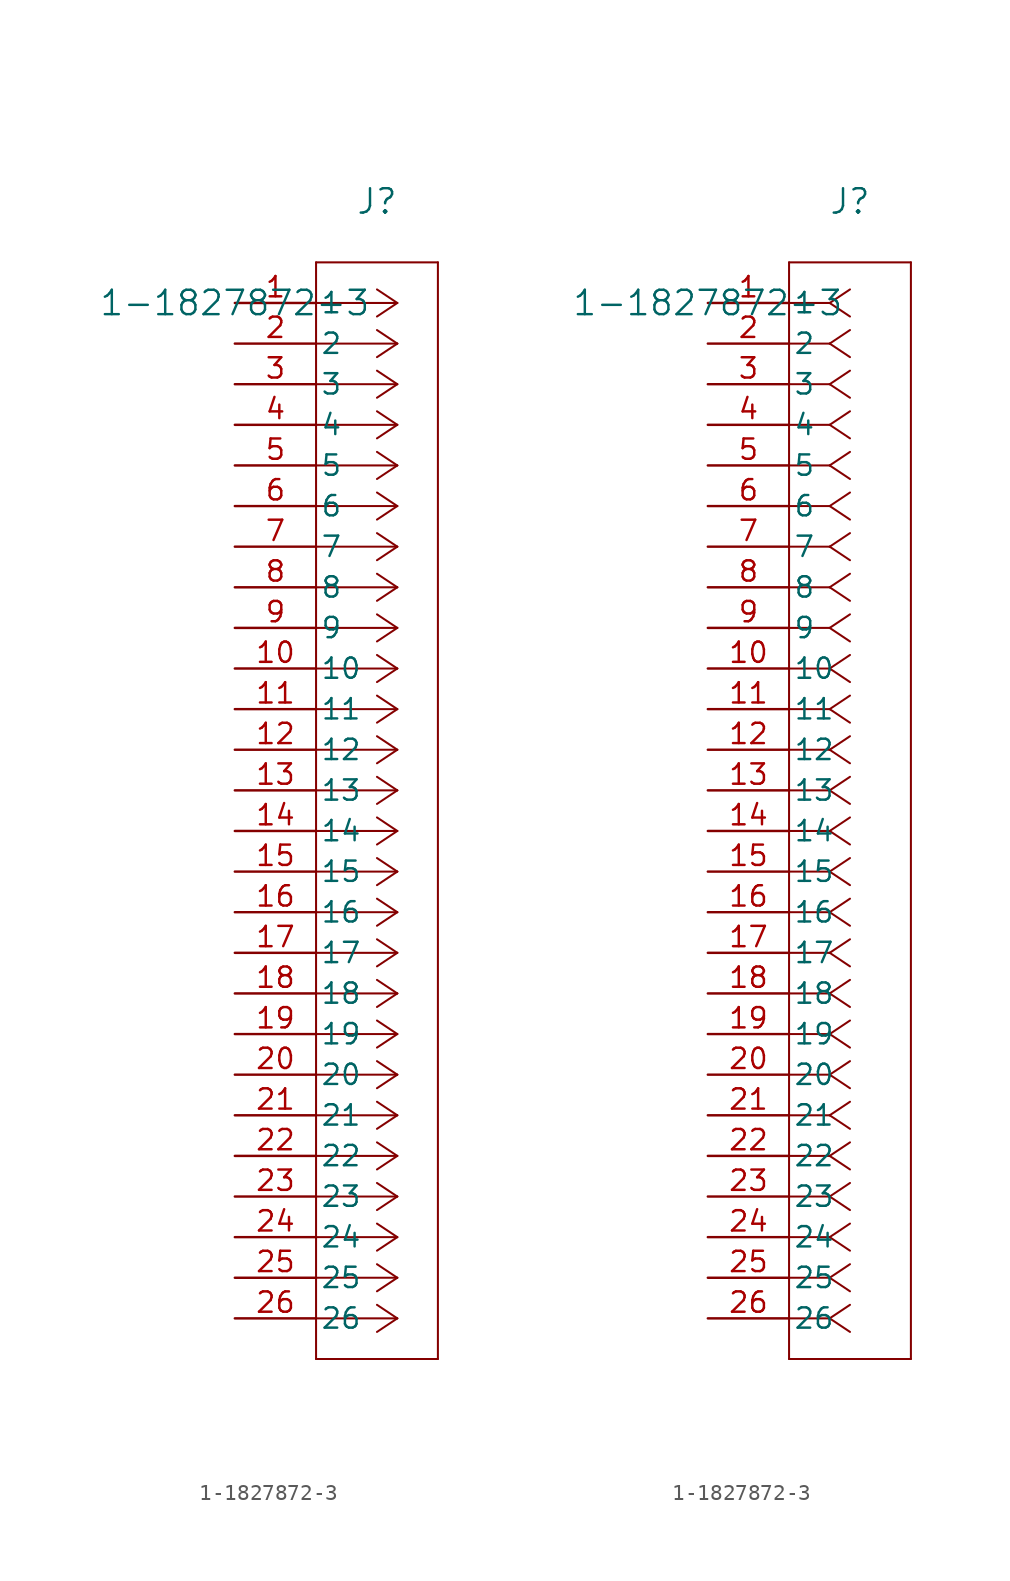
<source format=kicad_sym>
(kicad_symbol_lib
  (version 20211014)
  (generator kicad_symbol_editor)
  (symbol "1-1827872-3"
    (pin_names
      (offset 0.254))
    (property "Reference" "J"
      (at 8.89 6.35 0)
      (effects (font (size 1.524 1.524))))
    (property "Value" "1-1827872-3"
      (at 0 0 0)
      (effects (font (size 1.524 1.524))))
    (symbol "1-1827872-3_1_1"
      (polyline (pts (xy 10.16 0) (xy 5.08 0)) (stroke (width 0.127) (type default) (color 0 0 0 0)) (fill (type none)))
      (polyline (pts (xy 10.16 -2.54) (xy 5.08 -2.54)) (stroke (width 0.127) (type default) (color 0 0 0 0)) (fill (type none)))
      (polyline (pts (xy 10.16 -5.08) (xy 5.08 -5.08)) (stroke (width 0.127) (type default) (color 0 0 0 0)) (fill (type none)))
      (polyline (pts (xy 10.16 -7.62) (xy 5.08 -7.62)) (stroke (width 0.127) (type default) (color 0 0 0 0)) (fill (type none)))
      (polyline (pts (xy 10.16 -10.16) (xy 5.08 -10.16)) (stroke (width 0.127) (type default) (color 0 0 0 0)) (fill (type none)))
      (polyline (pts (xy 10.16 -12.7) (xy 5.08 -12.7)) (stroke (width 0.127) (type default) (color 0 0 0 0)) (fill (type none)))
      (polyline (pts (xy 10.16 -15.24) (xy 5.08 -15.24)) (stroke (width 0.127) (type default) (color 0 0 0 0)) (fill (type none)))
      (polyline (pts (xy 10.16 -17.78) (xy 5.08 -17.78)) (stroke (width 0.127) (type default) (color 0 0 0 0)) (fill (type none)))
      (polyline (pts (xy 10.16 -20.32) (xy 5.08 -20.32)) (stroke (width 0.127) (type default) (color 0 0 0 0)) (fill (type none)))
      (polyline (pts (xy 10.16 -22.86) (xy 5.08 -22.86)) (stroke (width 0.127) (type default) (color 0 0 0 0)) (fill (type none)))
      (polyline (pts (xy 10.16 -25.4) (xy 5.08 -25.4)) (stroke (width 0.127) (type default) (color 0 0 0 0)) (fill (type none)))
      (polyline (pts (xy 10.16 -27.94) (xy 5.08 -27.94)) (stroke (width 0.127) (type default) (color 0 0 0 0)) (fill (type none)))
      (polyline (pts (xy 10.16 -30.48) (xy 5.08 -30.48)) (stroke (width 0.127) (type default) (color 0 0 0 0)) (fill (type none)))
      (polyline (pts (xy 10.16 -33.02) (xy 5.08 -33.02)) (stroke (width 0.127) (type default) (color 0 0 0 0)) (fill (type none)))
      (polyline (pts (xy 10.16 -35.56) (xy 5.08 -35.56)) (stroke (width 0.127) (type default) (color 0 0 0 0)) (fill (type none)))
      (polyline (pts (xy 10.16 -38.1) (xy 5.08 -38.1)) (stroke (width 0.127) (type default) (color 0 0 0 0)) (fill (type none)))
      (polyline (pts (xy 10.16 -40.64) (xy 5.08 -40.64)) (stroke (width 0.127) (type default) (color 0 0 0 0)) (fill (type none)))
      (polyline (pts (xy 10.16 -43.18) (xy 5.08 -43.18)) (stroke (width 0.127) (type default) (color 0 0 0 0)) (fill (type none)))
      (polyline (pts (xy 10.16 -45.72) (xy 5.08 -45.72)) (stroke (width 0.127) (type default) (color 0 0 0 0)) (fill (type none)))
      (polyline (pts (xy 10.16 -48.26) (xy 5.08 -48.26)) (stroke (width 0.127) (type default) (color 0 0 0 0)) (fill (type none)))
      (polyline (pts (xy 10.16 -50.8) (xy 5.08 -50.8)) (stroke (width 0.127) (type default) (color 0 0 0 0)) (fill (type none)))
      (polyline (pts (xy 10.16 -53.34) (xy 5.08 -53.34)) (stroke (width 0.127) (type default) (color 0 0 0 0)) (fill (type none)))
      (polyline (pts (xy 10.16 -55.88) (xy 5.08 -55.88)) (stroke (width 0.127) (type default) (color 0 0 0 0)) (fill (type none)))
      (polyline (pts (xy 10.16 -58.42) (xy 5.08 -58.42)) (stroke (width 0.127) (type default) (color 0 0 0 0)) (fill (type none)))
      (polyline (pts (xy 10.16 -60.96) (xy 5.08 -60.96)) (stroke (width 0.127) (type default) (color 0 0 0 0)) (fill (type none)))
      (polyline (pts (xy 10.16 -63.5) (xy 5.08 -63.5)) (stroke (width 0.127) (type default) (color 0 0 0 0)) (fill (type none)))
      (polyline (pts (xy 10.16 0) (xy 8.89 0.847)) (stroke (width 0.127) (type default) (color 0 0 0 0)) (fill (type none)))
      (polyline (pts (xy 10.16 -2.54) (xy 8.89 -1.693)) (stroke (width 0.127) (type default) (color 0 0 0 0)) (fill (type none)))
      (polyline (pts (xy 10.16 -5.08) (xy 8.89 -4.233)) (stroke (width 0.127) (type default) (color 0 0 0 0)) (fill (type none)))
      (polyline (pts (xy 10.16 -7.62) (xy 8.89 -6.773)) (stroke (width 0.127) (type default) (color 0 0 0 0)) (fill (type none)))
      (polyline (pts (xy 10.16 -10.16) (xy 8.89 -9.313)) (stroke (width 0.127) (type default) (color 0 0 0 0)) (fill (type none)))
      (polyline (pts (xy 10.16 -12.7) (xy 8.89 -11.853)) (stroke (width 0.127) (type default) (color 0 0 0 0)) (fill (type none)))
      (polyline (pts (xy 10.16 -15.24) (xy 8.89 -14.393)) (stroke (width 0.127) (type default) (color 0 0 0 0)) (fill (type none)))
      (polyline (pts (xy 10.16 -17.78) (xy 8.89 -16.933)) (stroke (width 0.127) (type default) (color 0 0 0 0)) (fill (type none)))
      (polyline (pts (xy 10.16 -20.32) (xy 8.89 -19.473)) (stroke (width 0.127) (type default) (color 0 0 0 0)) (fill (type none)))
      (polyline (pts (xy 10.16 -22.86) (xy 8.89 -22.013)) (stroke (width 0.127) (type default) (color 0 0 0 0)) (fill (type none)))
      (polyline (pts (xy 10.16 -25.4) (xy 8.89 -24.553)) (stroke (width 0.127) (type default) (color 0 0 0 0)) (fill (type none)))
      (polyline (pts (xy 10.16 -27.94) (xy 8.89 -27.093)) (stroke (width 0.127) (type default) (color 0 0 0 0)) (fill (type none)))
      (polyline (pts (xy 10.16 -30.48) (xy 8.89 -29.633)) (stroke (width 0.127) (type default) (color 0 0 0 0)) (fill (type none)))
      (polyline (pts (xy 10.16 -33.02) (xy 8.89 -32.173)) (stroke (width 0.127) (type default) (color 0 0 0 0)) (fill (type none)))
      (polyline (pts (xy 10.16 -35.56) (xy 8.89 -34.713)) (stroke (width 0.127) (type default) (color 0 0 0 0)) (fill (type none)))
      (polyline (pts (xy 10.16 -38.1) (xy 8.89 -37.253)) (stroke (width 0.127) (type default) (color 0 0 0 0)) (fill (type none)))
      (polyline (pts (xy 10.16 -40.64) (xy 8.89 -39.793)) (stroke (width 0.127) (type default) (color 0 0 0 0)) (fill (type none)))
      (polyline (pts (xy 10.16 -43.18) (xy 8.89 -42.333)) (stroke (width 0.127) (type default) (color 0 0 0 0)) (fill (type none)))
      (polyline (pts (xy 10.16 -45.72) (xy 8.89 -44.873)) (stroke (width 0.127) (type default) (color 0 0 0 0)) (fill (type none)))
      (polyline (pts (xy 10.16 -48.26) (xy 8.89 -47.413)) (stroke (width 0.127) (type default) (color 0 0 0 0)) (fill (type none)))
      (polyline (pts (xy 10.16 -50.8) (xy 8.89 -49.953)) (stroke (width 0.127) (type default) (color 0 0 0 0)) (fill (type none)))
      (polyline (pts (xy 10.16 -53.34) (xy 8.89 -52.493)) (stroke (width 0.127) (type default) (color 0 0 0 0)) (fill (type none)))
      (polyline (pts (xy 10.16 -55.88) (xy 8.89 -55.033)) (stroke (width 0.127) (type default) (color 0 0 0 0)) (fill (type none)))
      (polyline (pts (xy 10.16 -58.42) (xy 8.89 -57.573)) (stroke (width 0.127) (type default) (color 0 0 0 0)) (fill (type none)))
      (polyline (pts (xy 10.16 -60.96) (xy 8.89 -60.113)) (stroke (width 0.127) (type default) (color 0 0 0 0)) (fill (type none)))
      (polyline (pts (xy 10.16 -63.5) (xy 8.89 -62.653)) (stroke (width 0.127) (type default) (color 0 0 0 0)) (fill (type none)))
      (polyline (pts (xy 10.16 0) (xy 8.89 -0.847)) (stroke (width 0.127) (type default) (color 0 0 0 0)) (fill (type none)))
      (polyline (pts (xy 10.16 -2.54) (xy 8.89 -3.387)) (stroke (width 0.127) (type default) (color 0 0 0 0)) (fill (type none)))
      (polyline (pts (xy 10.16 -5.08) (xy 8.89 -5.927)) (stroke (width 0.127) (type default) (color 0 0 0 0)) (fill (type none)))
      (polyline (pts (xy 10.16 -7.62) (xy 8.89 -8.467)) (stroke (width 0.127) (type default) (color 0 0 0 0)) (fill (type none)))
      (polyline (pts (xy 10.16 -10.16) (xy 8.89 -11.007)) (stroke (width 0.127) (type default) (color 0 0 0 0)) (fill (type none)))
      (polyline (pts (xy 10.16 -12.7) (xy 8.89 -13.547)) (stroke (width 0.127) (type default) (color 0 0 0 0)) (fill (type none)))
      (polyline (pts (xy 10.16 -15.24) (xy 8.89 -16.087)) (stroke (width 0.127) (type default) (color 0 0 0 0)) (fill (type none)))
      (polyline (pts (xy 10.16 -17.78) (xy 8.89 -18.627)) (stroke (width 0.127) (type default) (color 0 0 0 0)) (fill (type none)))
      (polyline (pts (xy 10.16 -20.32) (xy 8.89 -21.167)) (stroke (width 0.127) (type default) (color 0 0 0 0)) (fill (type none)))
      (polyline (pts (xy 10.16 -22.86) (xy 8.89 -23.707)) (stroke (width 0.127) (type default) (color 0 0 0 0)) (fill (type none)))
      (polyline (pts (xy 10.16 -25.4) (xy 8.89 -26.247)) (stroke (width 0.127) (type default) (color 0 0 0 0)) (fill (type none)))
      (polyline (pts (xy 10.16 -27.94) (xy 8.89 -28.787)) (stroke (width 0.127) (type default) (color 0 0 0 0)) (fill (type none)))
      (polyline (pts (xy 10.16 -30.48) (xy 8.89 -31.327)) (stroke (width 0.127) (type default) (color 0 0 0 0)) (fill (type none)))
      (polyline (pts (xy 10.16 -33.02) (xy 8.89 -33.867)) (stroke (width 0.127) (type default) (color 0 0 0 0)) (fill (type none)))
      (polyline (pts (xy 10.16 -35.56) (xy 8.89 -36.407)) (stroke (width 0.127) (type default) (color 0 0 0 0)) (fill (type none)))
      (polyline (pts (xy 10.16 -38.1) (xy 8.89 -38.947)) (stroke (width 0.127) (type default) (color 0 0 0 0)) (fill (type none)))
      (polyline (pts (xy 10.16 -40.64) (xy 8.89 -41.487)) (stroke (width 0.127) (type default) (color 0 0 0 0)) (fill (type none)))
      (polyline (pts (xy 10.16 -43.18) (xy 8.89 -44.027)) (stroke (width 0.127) (type default) (color 0 0 0 0)) (fill (type none)))
      (polyline (pts (xy 10.16 -45.72) (xy 8.89 -46.567)) (stroke (width 0.127) (type default) (color 0 0 0 0)) (fill (type none)))
      (polyline (pts (xy 10.16 -48.26) (xy 8.89 -49.107)) (stroke (width 0.127) (type default) (color 0 0 0 0)) (fill (type none)))
      (polyline (pts (xy 10.16 -50.8) (xy 8.89 -51.647)) (stroke (width 0.127) (type default) (color 0 0 0 0)) (fill (type none)))
      (polyline (pts (xy 10.16 -53.34) (xy 8.89 -54.187)) (stroke (width 0.127) (type default) (color 0 0 0 0)) (fill (type none)))
      (polyline (pts (xy 10.16 -55.88) (xy 8.89 -56.727)) (stroke (width 0.127) (type default) (color 0 0 0 0)) (fill (type none)))
      (polyline (pts (xy 10.16 -58.42) (xy 8.89 -59.267)) (stroke (width 0.127) (type default) (color 0 0 0 0)) (fill (type none)))
      (polyline (pts (xy 10.16 -60.96) (xy 8.89 -61.807)) (stroke (width 0.127) (type default) (color 0 0 0 0)) (fill (type none)))
      (polyline (pts (xy 10.16 -63.5) (xy 8.89 -64.347)) (stroke (width 0.127) (type default) (color 0 0 0 0)) (fill (type none)))
      (polyline (pts (xy 5.08 2.54) (xy 5.08 -66.04)) (stroke (width 0.127) (type default) (color 0 0 0 0)) (fill (type none)))
      (polyline (pts (xy 5.08 -66.04) (xy 12.7 -66.04)) (stroke (width 0.127) (type default) (color 0 0 0 0)) (fill (type none)))
      (polyline (pts (xy 12.7 -66.04) (xy 12.7 2.54)) (stroke (width 0.127) (type default) (color 0 0 0 0)) (fill (type none)))
      (polyline (pts (xy 12.7 2.54) (xy 5.08 2.54)) (stroke (width 0.127) (type default) (color 0 0 0 0)) (fill (type none)))
      (pin unspecified line (at 0 0 0) (length 5.08) (name "1" (effects (font (size 1.27 1.27)))) (number "1" (effects (font (size 1.27 1.27)))))
      (pin unspecified line (at 0 -2.54 0) (length 5.08) (name "2" (effects (font (size 1.27 1.27)))) (number "2" (effects (font (size 1.27 1.27)))))
      (pin unspecified line (at 0 -5.08 0) (length 5.08) (name "3" (effects (font (size 1.27 1.27)))) (number "3" (effects (font (size 1.27 1.27)))))
      (pin unspecified line (at 0 -7.62 0) (length 5.08) (name "4" (effects (font (size 1.27 1.27)))) (number "4" (effects (font (size 1.27 1.27)))))
      (pin unspecified line (at 0 -10.16 0) (length 5.08) (name "5" (effects (font (size 1.27 1.27)))) (number "5" (effects (font (size 1.27 1.27)))))
      (pin unspecified line (at 0 -12.7 0) (length 5.08) (name "6" (effects (font (size 1.27 1.27)))) (number "6" (effects (font (size 1.27 1.27)))))
      (pin unspecified line (at 0 -15.24 0) (length 5.08) (name "7" (effects (font (size 1.27 1.27)))) (number "7" (effects (font (size 1.27 1.27)))))
      (pin unspecified line (at 0 -17.78 0) (length 5.08) (name "8" (effects (font (size 1.27 1.27)))) (number "8" (effects (font (size 1.27 1.27)))))
      (pin unspecified line (at 0 -20.32 0) (length 5.08) (name "9" (effects (font (size 1.27 1.27)))) (number "9" (effects (font (size 1.27 1.27)))))
      (pin unspecified line (at 0 -22.86 0) (length 5.08) (name "10" (effects (font (size 1.27 1.27)))) (number "10" (effects (font (size 1.27 1.27)))))
      (pin unspecified line (at 0 -25.4 0) (length 5.08) (name "11" (effects (font (size 1.27 1.27)))) (number "11" (effects (font (size 1.27 1.27)))))
      (pin unspecified line (at 0 -27.94 0) (length 5.08) (name "12" (effects (font (size 1.27 1.27)))) (number "12" (effects (font (size 1.27 1.27)))))
      (pin unspecified line (at 0 -30.48 0) (length 5.08) (name "13" (effects (font (size 1.27 1.27)))) (number "13" (effects (font (size 1.27 1.27)))))
      (pin unspecified line (at 0 -33.02 0) (length 5.08) (name "14" (effects (font (size 1.27 1.27)))) (number "14" (effects (font (size 1.27 1.27)))))
      (pin unspecified line (at 0 -35.56 0) (length 5.08) (name "15" (effects (font (size 1.27 1.27)))) (number "15" (effects (font (size 1.27 1.27)))))
      (pin unspecified line (at 0 -38.1 0) (length 5.08) (name "16" (effects (font (size 1.27 1.27)))) (number "16" (effects (font (size 1.27 1.27)))))
      (pin unspecified line (at 0 -40.64 0) (length 5.08) (name "17" (effects (font (size 1.27 1.27)))) (number "17" (effects (font (size 1.27 1.27)))))
      (pin unspecified line (at 0 -43.18 0) (length 5.08) (name "18" (effects (font (size 1.27 1.27)))) (number "18" (effects (font (size 1.27 1.27)))))
      (pin unspecified line (at 0 -45.72 0) (length 5.08) (name "19" (effects (font (size 1.27 1.27)))) (number "19" (effects (font (size 1.27 1.27)))))
      (pin unspecified line (at 0 -48.26 0) (length 5.08) (name "20" (effects (font (size 1.27 1.27)))) (number "20" (effects (font (size 1.27 1.27)))))
      (pin unspecified line (at 0 -50.8 0) (length 5.08) (name "21" (effects (font (size 1.27 1.27)))) (number "21" (effects (font (size 1.27 1.27)))))
      (pin unspecified line (at 0 -53.34 0) (length 5.08) (name "22" (effects (font (size 1.27 1.27)))) (number "22" (effects (font (size 1.27 1.27)))))
      (pin unspecified line (at 0 -55.88 0) (length 5.08) (name "23" (effects (font (size 1.27 1.27)))) (number "23" (effects (font (size 1.27 1.27)))))
      (pin unspecified line (at 0 -58.42 0) (length 5.08) (name "24" (effects (font (size 1.27 1.27)))) (number "24" (effects (font (size 1.27 1.27)))))
      (pin unspecified line (at 0 -60.96 0) (length 5.08) (name "25" (effects (font (size 1.27 1.27)))) (number "25" (effects (font (size 1.27 1.27)))))
      (pin unspecified line (at 0 -63.5 0) (length 5.08) (name "26" (effects (font (size 1.27 1.27)))) (number "26" (effects (font (size 1.27 1.27))))))
    (symbol "1-1827872-3_1_2"
      (polyline (pts (xy 7.62 0) (xy 5.08 0)) (stroke (width 0.127) (type default) (color 0 0 0 0)) (fill (type none)))
      (polyline (pts (xy 7.62 -2.54) (xy 5.08 -2.54)) (stroke (width 0.127) (type default) (color 0 0 0 0)) (fill (type none)))
      (polyline (pts (xy 7.62 -5.08) (xy 5.08 -5.08)) (stroke (width 0.127) (type default) (color 0 0 0 0)) (fill (type none)))
      (polyline (pts (xy 7.62 -7.62) (xy 5.08 -7.62)) (stroke (width 0.127) (type default) (color 0 0 0 0)) (fill (type none)))
      (polyline (pts (xy 7.62 -10.16) (xy 5.08 -10.16)) (stroke (width 0.127) (type default) (color 0 0 0 0)) (fill (type none)))
      (polyline (pts (xy 7.62 -12.7) (xy 5.08 -12.7)) (stroke (width 0.127) (type default) (color 0 0 0 0)) (fill (type none)))
      (polyline (pts (xy 7.62 -15.24) (xy 5.08 -15.24)) (stroke (width 0.127) (type default) (color 0 0 0 0)) (fill (type none)))
      (polyline (pts (xy 7.62 -17.78) (xy 5.08 -17.78)) (stroke (width 0.127) (type default) (color 0 0 0 0)) (fill (type none)))
      (polyline (pts (xy 7.62 -20.32) (xy 5.08 -20.32)) (stroke (width 0.127) (type default) (color 0 0 0 0)) (fill (type none)))
      (polyline (pts (xy 7.62 -22.86) (xy 5.08 -22.86)) (stroke (width 0.127) (type default) (color 0 0 0 0)) (fill (type none)))
      (polyline (pts (xy 7.62 -25.4) (xy 5.08 -25.4)) (stroke (width 0.127) (type default) (color 0 0 0 0)) (fill (type none)))
      (polyline (pts (xy 7.62 -27.94) (xy 5.08 -27.94)) (stroke (width 0.127) (type default) (color 0 0 0 0)) (fill (type none)))
      (polyline (pts (xy 7.62 -30.48) (xy 5.08 -30.48)) (stroke (width 0.127) (type default) (color 0 0 0 0)) (fill (type none)))
      (polyline (pts (xy 7.62 -33.02) (xy 5.08 -33.02)) (stroke (width 0.127) (type default) (color 0 0 0 0)) (fill (type none)))
      (polyline (pts (xy 7.62 -35.56) (xy 5.08 -35.56)) (stroke (width 0.127) (type default) (color 0 0 0 0)) (fill (type none)))
      (polyline (pts (xy 7.62 -38.1) (xy 5.08 -38.1)) (stroke (width 0.127) (type default) (color 0 0 0 0)) (fill (type none)))
      (polyline (pts (xy 7.62 -40.64) (xy 5.08 -40.64)) (stroke (width 0.127) (type default) (color 0 0 0 0)) (fill (type none)))
      (polyline (pts (xy 7.62 -43.18) (xy 5.08 -43.18)) (stroke (width 0.127) (type default) (color 0 0 0 0)) (fill (type none)))
      (polyline (pts (xy 7.62 -45.72) (xy 5.08 -45.72)) (stroke (width 0.127) (type default) (color 0 0 0 0)) (fill (type none)))
      (polyline (pts (xy 7.62 -48.26) (xy 5.08 -48.26)) (stroke (width 0.127) (type default) (color 0 0 0 0)) (fill (type none)))
      (polyline (pts (xy 7.62 -50.8) (xy 5.08 -50.8)) (stroke (width 0.127) (type default) (color 0 0 0 0)) (fill (type none)))
      (polyline (pts (xy 7.62 -53.34) (xy 5.08 -53.34)) (stroke (width 0.127) (type default) (color 0 0 0 0)) (fill (type none)))
      (polyline (pts (xy 7.62 -55.88) (xy 5.08 -55.88)) (stroke (width 0.127) (type default) (color 0 0 0 0)) (fill (type none)))
      (polyline (pts (xy 7.62 -58.42) (xy 5.08 -58.42)) (stroke (width 0.127) (type default) (color 0 0 0 0)) (fill (type none)))
      (polyline (pts (xy 7.62 -60.96) (xy 5.08 -60.96)) (stroke (width 0.127) (type default) (color 0 0 0 0)) (fill (type none)))
      (polyline (pts (xy 7.62 -63.5) (xy 5.08 -63.5)) (stroke (width 0.127) (type default) (color 0 0 0 0)) (fill (type none)))
      (polyline (pts (xy 7.62 0) (xy 8.89 0.847)) (stroke (width 0.127) (type default) (color 0 0 0 0)) (fill (type none)))
      (polyline (pts (xy 7.62 -2.54) (xy 8.89 -1.693)) (stroke (width 0.127) (type default) (color 0 0 0 0)) (fill (type none)))
      (polyline (pts (xy 7.62 -5.08) (xy 8.89 -4.233)) (stroke (width 0.127) (type default) (color 0 0 0 0)) (fill (type none)))
      (polyline (pts (xy 7.62 -7.62) (xy 8.89 -6.773)) (stroke (width 0.127) (type default) (color 0 0 0 0)) (fill (type none)))
      (polyline (pts (xy 7.62 -10.16) (xy 8.89 -9.313)) (stroke (width 0.127) (type default) (color 0 0 0 0)) (fill (type none)))
      (polyline (pts (xy 7.62 -12.7) (xy 8.89 -11.853)) (stroke (width 0.127) (type default) (color 0 0 0 0)) (fill (type none)))
      (polyline (pts (xy 7.62 -15.24) (xy 8.89 -14.393)) (stroke (width 0.127) (type default) (color 0 0 0 0)) (fill (type none)))
      (polyline (pts (xy 7.62 -17.78) (xy 8.89 -16.933)) (stroke (width 0.127) (type default) (color 0 0 0 0)) (fill (type none)))
      (polyline (pts (xy 7.62 -20.32) (xy 8.89 -19.473)) (stroke (width 0.127) (type default) (color 0 0 0 0)) (fill (type none)))
      (polyline (pts (xy 7.62 -22.86) (xy 8.89 -22.013)) (stroke (width 0.127) (type default) (color 0 0 0 0)) (fill (type none)))
      (polyline (pts (xy 7.62 -25.4) (xy 8.89 -24.553)) (stroke (width 0.127) (type default) (color 0 0 0 0)) (fill (type none)))
      (polyline (pts (xy 7.62 -27.94) (xy 8.89 -27.093)) (stroke (width 0.127) (type default) (color 0 0 0 0)) (fill (type none)))
      (polyline (pts (xy 7.62 -30.48) (xy 8.89 -29.633)) (stroke (width 0.127) (type default) (color 0 0 0 0)) (fill (type none)))
      (polyline (pts (xy 7.62 -33.02) (xy 8.89 -32.173)) (stroke (width 0.127) (type default) (color 0 0 0 0)) (fill (type none)))
      (polyline (pts (xy 7.62 -35.56) (xy 8.89 -34.713)) (stroke (width 0.127) (type default) (color 0 0 0 0)) (fill (type none)))
      (polyline (pts (xy 7.62 -38.1) (xy 8.89 -37.253)) (stroke (width 0.127) (type default) (color 0 0 0 0)) (fill (type none)))
      (polyline (pts (xy 7.62 -40.64) (xy 8.89 -39.793)) (stroke (width 0.127) (type default) (color 0 0 0 0)) (fill (type none)))
      (polyline (pts (xy 7.62 -43.18) (xy 8.89 -42.333)) (stroke (width 0.127) (type default) (color 0 0 0 0)) (fill (type none)))
      (polyline (pts (xy 7.62 -45.72) (xy 8.89 -44.873)) (stroke (width 0.127) (type default) (color 0 0 0 0)) (fill (type none)))
      (polyline (pts (xy 7.62 -48.26) (xy 8.89 -47.413)) (stroke (width 0.127) (type default) (color 0 0 0 0)) (fill (type none)))
      (polyline (pts (xy 7.62 -50.8) (xy 8.89 -49.953)) (stroke (width 0.127) (type default) (color 0 0 0 0)) (fill (type none)))
      (polyline (pts (xy 7.62 -53.34) (xy 8.89 -52.493)) (stroke (width 0.127) (type default) (color 0 0 0 0)) (fill (type none)))
      (polyline (pts (xy 7.62 -55.88) (xy 8.89 -55.033)) (stroke (width 0.127) (type default) (color 0 0 0 0)) (fill (type none)))
      (polyline (pts (xy 7.62 -58.42) (xy 8.89 -57.573)) (stroke (width 0.127) (type default) (color 0 0 0 0)) (fill (type none)))
      (polyline (pts (xy 7.62 -60.96) (xy 8.89 -60.113)) (stroke (width 0.127) (type default) (color 0 0 0 0)) (fill (type none)))
      (polyline (pts (xy 7.62 -63.5) (xy 8.89 -62.653)) (stroke (width 0.127) (type default) (color 0 0 0 0)) (fill (type none)))
      (polyline (pts (xy 7.62 0) (xy 8.89 -0.847)) (stroke (width 0.127) (type default) (color 0 0 0 0)) (fill (type none)))
      (polyline (pts (xy 7.62 -2.54) (xy 8.89 -3.387)) (stroke (width 0.127) (type default) (color 0 0 0 0)) (fill (type none)))
      (polyline (pts (xy 7.62 -5.08) (xy 8.89 -5.927)) (stroke (width 0.127) (type default) (color 0 0 0 0)) (fill (type none)))
      (polyline (pts (xy 7.62 -7.62) (xy 8.89 -8.467)) (stroke (width 0.127) (type default) (color 0 0 0 0)) (fill (type none)))
      (polyline (pts (xy 7.62 -10.16) (xy 8.89 -11.007)) (stroke (width 0.127) (type default) (color 0 0 0 0)) (fill (type none)))
      (polyline (pts (xy 7.62 -12.7) (xy 8.89 -13.547)) (stroke (width 0.127) (type default) (color 0 0 0 0)) (fill (type none)))
      (polyline (pts (xy 7.62 -15.24) (xy 8.89 -16.087)) (stroke (width 0.127) (type default) (color 0 0 0 0)) (fill (type none)))
      (polyline (pts (xy 7.62 -17.78) (xy 8.89 -18.627)) (stroke (width 0.127) (type default) (color 0 0 0 0)) (fill (type none)))
      (polyline (pts (xy 7.62 -20.32) (xy 8.89 -21.167)) (stroke (width 0.127) (type default) (color 0 0 0 0)) (fill (type none)))
      (polyline (pts (xy 7.62 -22.86) (xy 8.89 -23.707)) (stroke (width 0.127) (type default) (color 0 0 0 0)) (fill (type none)))
      (polyline (pts (xy 7.62 -25.4) (xy 8.89 -26.247)) (stroke (width 0.127) (type default) (color 0 0 0 0)) (fill (type none)))
      (polyline (pts (xy 7.62 -27.94) (xy 8.89 -28.787)) (stroke (width 0.127) (type default) (color 0 0 0 0)) (fill (type none)))
      (polyline (pts (xy 7.62 -30.48) (xy 8.89 -31.327)) (stroke (width 0.127) (type default) (color 0 0 0 0)) (fill (type none)))
      (polyline (pts (xy 7.62 -33.02) (xy 8.89 -33.867)) (stroke (width 0.127) (type default) (color 0 0 0 0)) (fill (type none)))
      (polyline (pts (xy 7.62 -35.56) (xy 8.89 -36.407)) (stroke (width 0.127) (type default) (color 0 0 0 0)) (fill (type none)))
      (polyline (pts (xy 7.62 -38.1) (xy 8.89 -38.947)) (stroke (width 0.127) (type default) (color 0 0 0 0)) (fill (type none)))
      (polyline (pts (xy 7.62 -40.64) (xy 8.89 -41.487)) (stroke (width 0.127) (type default) (color 0 0 0 0)) (fill (type none)))
      (polyline (pts (xy 7.62 -43.18) (xy 8.89 -44.027)) (stroke (width 0.127) (type default) (color 0 0 0 0)) (fill (type none)))
      (polyline (pts (xy 7.62 -45.72) (xy 8.89 -46.567)) (stroke (width 0.127) (type default) (color 0 0 0 0)) (fill (type none)))
      (polyline (pts (xy 7.62 -48.26) (xy 8.89 -49.107)) (stroke (width 0.127) (type default) (color 0 0 0 0)) (fill (type none)))
      (polyline (pts (xy 7.62 -50.8) (xy 8.89 -51.647)) (stroke (width 0.127) (type default) (color 0 0 0 0)) (fill (type none)))
      (polyline (pts (xy 7.62 -53.34) (xy 8.89 -54.187)) (stroke (width 0.127) (type default) (color 0 0 0 0)) (fill (type none)))
      (polyline (pts (xy 7.62 -55.88) (xy 8.89 -56.727)) (stroke (width 0.127) (type default) (color 0 0 0 0)) (fill (type none)))
      (polyline (pts (xy 7.62 -58.42) (xy 8.89 -59.267)) (stroke (width 0.127) (type default) (color 0 0 0 0)) (fill (type none)))
      (polyline (pts (xy 7.62 -60.96) (xy 8.89 -61.807)) (stroke (width 0.127) (type default) (color 0 0 0 0)) (fill (type none)))
      (polyline (pts (xy 7.62 -63.5) (xy 8.89 -64.347)) (stroke (width 0.127) (type default) (color 0 0 0 0)) (fill (type none)))
      (polyline (pts (xy 5.08 2.54) (xy 5.08 -66.04)) (stroke (width 0.127) (type default) (color 0 0 0 0)) (fill (type none)))
      (polyline (pts (xy 5.08 -66.04) (xy 12.7 -66.04)) (stroke (width 0.127) (type default) (color 0 0 0 0)) (fill (type none)))
      (polyline (pts (xy 12.7 -66.04) (xy 12.7 2.54)) (stroke (width 0.127) (type default) (color 0 0 0 0)) (fill (type none)))
      (polyline (pts (xy 12.7 2.54) (xy 5.08 2.54)) (stroke (width 0.127) (type default) (color 0 0 0 0)) (fill (type none)))
      (pin unspecified line (at 0 0 0) (length 5.08) (name "1" (effects (font (size 1.27 1.27)))) (number "1" (effects (font (size 1.27 1.27)))))
      (pin unspecified line (at 0 -2.54 0) (length 5.08) (name "2" (effects (font (size 1.27 1.27)))) (number "2" (effects (font (size 1.27 1.27)))))
      (pin unspecified line (at 0 -5.08 0) (length 5.08) (name "3" (effects (font (size 1.27 1.27)))) (number "3" (effects (font (size 1.27 1.27)))))
      (pin unspecified line (at 0 -7.62 0) (length 5.08) (name "4" (effects (font (size 1.27 1.27)))) (number "4" (effects (font (size 1.27 1.27)))))
      (pin unspecified line (at 0 -10.16 0) (length 5.08) (name "5" (effects (font (size 1.27 1.27)))) (number "5" (effects (font (size 1.27 1.27)))))
      (pin unspecified line (at 0 -12.7 0) (length 5.08) (name "6" (effects (font (size 1.27 1.27)))) (number "6" (effects (font (size 1.27 1.27)))))
      (pin unspecified line (at 0 -15.24 0) (length 5.08) (name "7" (effects (font (size 1.27 1.27)))) (number "7" (effects (font (size 1.27 1.27)))))
      (pin unspecified line (at 0 -17.78 0) (length 5.08) (name "8" (effects (font (size 1.27 1.27)))) (number "8" (effects (font (size 1.27 1.27)))))
      (pin unspecified line (at 0 -20.32 0) (length 5.08) (name "9" (effects (font (size 1.27 1.27)))) (number "9" (effects (font (size 1.27 1.27)))))
      (pin unspecified line (at 0 -22.86 0) (length 5.08) (name "10" (effects (font (size 1.27 1.27)))) (number "10" (effects (font (size 1.27 1.27)))))
      (pin unspecified line (at 0 -25.4 0) (length 5.08) (name "11" (effects (font (size 1.27 1.27)))) (number "11" (effects (font (size 1.27 1.27)))))
      (pin unspecified line (at 0 -27.94 0) (length 5.08) (name "12" (effects (font (size 1.27 1.27)))) (number "12" (effects (font (size 1.27 1.27)))))
      (pin unspecified line (at 0 -30.48 0) (length 5.08) (name "13" (effects (font (size 1.27 1.27)))) (number "13" (effects (font (size 1.27 1.27)))))
      (pin unspecified line (at 0 -33.02 0) (length 5.08) (name "14" (effects (font (size 1.27 1.27)))) (number "14" (effects (font (size 1.27 1.27)))))
      (pin unspecified line (at 0 -35.56 0) (length 5.08) (name "15" (effects (font (size 1.27 1.27)))) (number "15" (effects (font (size 1.27 1.27)))))
      (pin unspecified line (at 0 -38.1 0) (length 5.08) (name "16" (effects (font (size 1.27 1.27)))) (number "16" (effects (font (size 1.27 1.27)))))
      (pin unspecified line (at 0 -40.64 0) (length 5.08) (name "17" (effects (font (size 1.27 1.27)))) (number "17" (effects (font (size 1.27 1.27)))))
      (pin unspecified line (at 0 -43.18 0) (length 5.08) (name "18" (effects (font (size 1.27 1.27)))) (number "18" (effects (font (size 1.27 1.27)))))
      (pin unspecified line (at 0 -45.72 0) (length 5.08) (name "19" (effects (font (size 1.27 1.27)))) (number "19" (effects (font (size 1.27 1.27)))))
      (pin unspecified line (at 0 -48.26 0) (length 5.08) (name "20" (effects (font (size 1.27 1.27)))) (number "20" (effects (font (size 1.27 1.27)))))
      (pin unspecified line (at 0 -50.8 0) (length 5.08) (name "21" (effects (font (size 1.27 1.27)))) (number "21" (effects (font (size 1.27 1.27)))))
      (pin unspecified line (at 0 -53.34 0) (length 5.08) (name "22" (effects (font (size 1.27 1.27)))) (number "22" (effects (font (size 1.27 1.27)))))
      (pin unspecified line (at 0 -55.88 0) (length 5.08) (name "23" (effects (font (size 1.27 1.27)))) (number "23" (effects (font (size 1.27 1.27)))))
      (pin unspecified line (at 0 -58.42 0) (length 5.08) (name "24" (effects (font (size 1.27 1.27)))) (number "24" (effects (font (size 1.27 1.27)))))
      (pin unspecified line (at 0 -60.96 0) (length 5.08) (name "25" (effects (font (size 1.27 1.27)))) (number "25" (effects (font (size 1.27 1.27)))))
      (pin unspecified line (at 0 -63.5 0) (length 5.08) (name "26" (effects (font (size 1.27 1.27)))) (number "26" (effects (font (size 1.27 1.27))))))))
</source>
